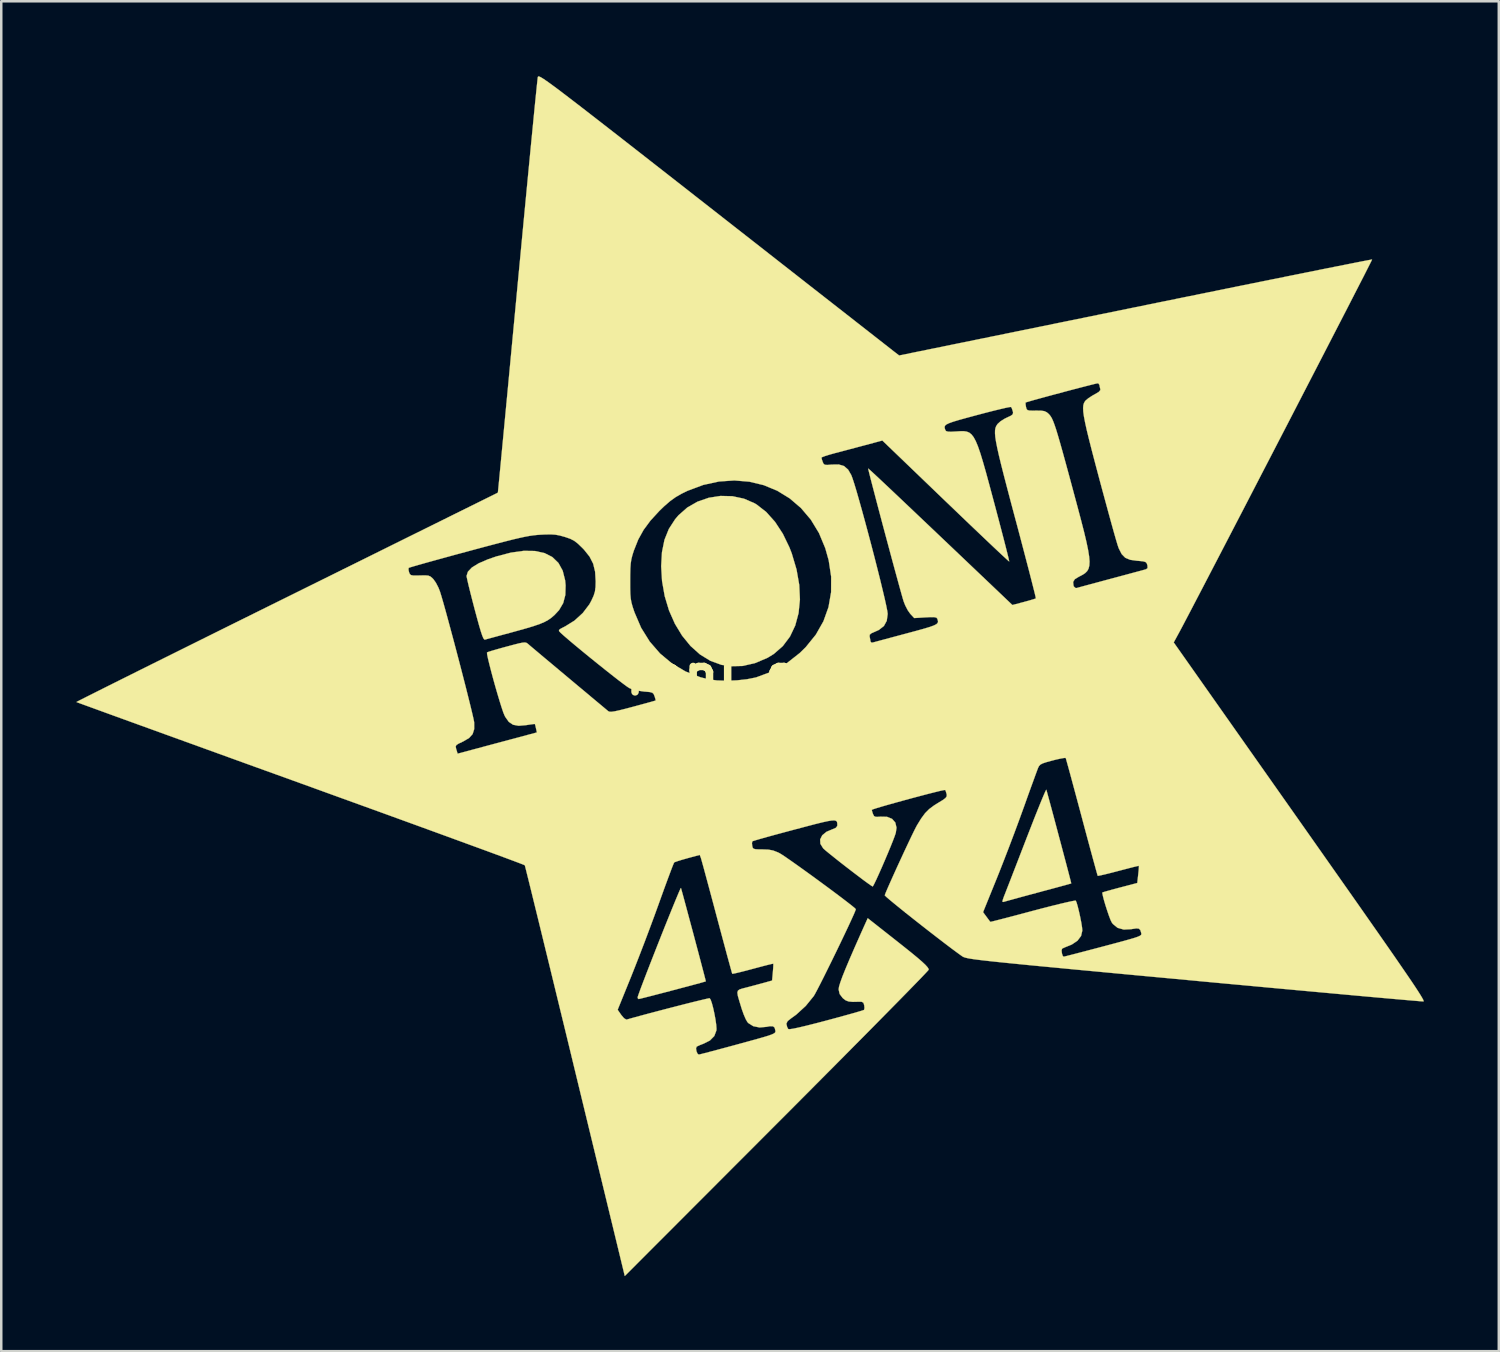
<source format=kicad_pcb>
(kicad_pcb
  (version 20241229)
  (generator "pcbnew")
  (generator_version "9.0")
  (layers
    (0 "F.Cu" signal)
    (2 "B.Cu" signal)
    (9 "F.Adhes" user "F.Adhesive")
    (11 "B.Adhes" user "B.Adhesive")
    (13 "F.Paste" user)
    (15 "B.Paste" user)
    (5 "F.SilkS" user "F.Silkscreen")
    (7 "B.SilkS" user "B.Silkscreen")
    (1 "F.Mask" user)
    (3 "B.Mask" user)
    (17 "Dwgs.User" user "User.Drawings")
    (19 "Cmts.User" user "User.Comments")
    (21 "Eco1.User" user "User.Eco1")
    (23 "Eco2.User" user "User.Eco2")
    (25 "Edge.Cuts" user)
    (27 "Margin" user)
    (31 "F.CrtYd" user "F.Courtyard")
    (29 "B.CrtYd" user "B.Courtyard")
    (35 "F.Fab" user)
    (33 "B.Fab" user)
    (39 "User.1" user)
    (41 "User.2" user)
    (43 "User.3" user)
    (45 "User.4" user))
  (footprint "roni_star"
    (layer "F.Cu")
    (at 26.973 23.91)
    (property "Reference" "roni_star" (at 0 0 0) (layer "F.SilkS") (effects (font (size 1.524 1.524) (thickness 0.3))))
    (attr through_hole)
    (fp_poly (pts (xy -0.754 -7.13) (xy -0.294 -7.032) (xy 0.135 -6.846) (xy 0.217 -6.796) (xy 0.6 -6.497) (xy 0.95 -6.105) (xy 1.261 -5.63) (xy 1.525 -5.084) (xy 1.618 -4.843) (xy 1.809 -4.2) (xy 1.917 -3.584) (xy 1.944 -3.001) (xy 1.89 -2.459) (xy 1.757 -1.964) (xy 1.547 -1.522) (xy 1.261 -1.141) (xy 0.902 -0.827) (xy 0.645 -0.67) (xy 0.144 -0.458) (xy -0.356 -0.346) (xy -0.848 -0.335) (xy -1.191 -0.391) (xy -1.635 -0.552) (xy -2.05 -0.807) (xy -2.428 -1.145) (xy -2.764 -1.557) (xy -3.052 -2.032) (xy -3.286 -2.561) (xy -3.459 -3.134) (xy -3.566 -3.741) (xy -3.601 -4.333) (xy -3.569 -4.896) (xy -3.469 -5.388) (xy -3.294 -5.822) (xy -3.042 -6.212) (xy -2.909 -6.368) (xy -2.556 -6.679) (xy -2.147 -6.913) (xy -1.698 -7.068) (xy -1.228 -7.141) (xy -0.754 -7.13)) (stroke (width 0.01) (type solid)) (fill yes) (layer "F.SilkS"))
    (fp_poly (pts (xy -8.645 -4.941) (xy -8.263 -4.858) (xy -7.95 -4.699) (xy -7.707 -4.464) (xy -7.536 -4.154) (xy -7.439 -3.769) (xy -7.42 -3.569) (xy -7.431 -3.183) (xy -7.516 -2.859) (xy -7.682 -2.577) (xy -7.866 -2.38) (xy -7.986 -2.276) (xy -8.112 -2.187) (xy -8.258 -2.107) (xy -8.439 -2.03) (xy -8.672 -1.949) (xy -8.969 -1.858) (xy -9.347 -1.752) (xy -9.569 -1.691) (xy -9.881 -1.607) (xy -10.161 -1.531) (xy -10.393 -1.468) (xy -10.558 -1.423) (xy -10.639 -1.4) (xy -10.641 -1.399) (xy -10.672 -1.407) (xy -10.707 -1.456) (xy -10.75 -1.557) (xy -10.805 -1.72) (xy -10.875 -1.956) (xy -10.963 -2.275) (xy -11.052 -2.605) (xy -11.143 -2.955) (xy -11.225 -3.276) (xy -11.293 -3.551) (xy -11.343 -3.765) (xy -11.372 -3.903) (xy -11.378 -3.944) (xy -11.324 -4.114) (xy -11.164 -4.282) (xy -10.898 -4.446) (xy -10.527 -4.607) (xy -10.186 -4.724) (xy -9.609 -4.875) (xy -9.095 -4.947) (xy -8.645 -4.941)) (stroke (width 0.01) (type solid)) (fill yes) (layer "F.SilkS"))
    (fp_poly (pts (xy -2.788 8.605) (xy -2.743 8.767) (xy -2.68 9) (xy -2.602 9.289) (xy -2.513 9.621) (xy -2.416 9.982) (xy -2.315 10.357) (xy -2.215 10.734) (xy -2.118 11.099) (xy -2.029 11.436) (xy -1.951 11.734) (xy -1.887 11.977) (xy -1.842 12.152) (xy -1.819 12.245) (xy -1.817 12.257) (xy -1.872 12.274) (xy -2.012 12.314) (xy -2.222 12.371) (xy -2.485 12.442) (xy -2.784 12.521) (xy -3.102 12.605) (xy -3.423 12.69) (xy -3.731 12.77) (xy -4.009 12.842) (xy -4.24 12.901) (xy -4.408 12.943) (xy -4.495 12.963) (xy -4.504 12.965) (xy -4.541 12.924) (xy -4.536 12.872) (xy -4.495 12.752) (xy -4.424 12.556) (xy -4.326 12.297) (xy -4.207 11.986) (xy -4.071 11.635) (xy -3.923 11.256) (xy -3.768 10.861) (xy -3.61 10.461) (xy -3.454 10.069) (xy -3.304 9.697) (xy -3.166 9.356) (xy -3.044 9.058) (xy -2.943 8.815) (xy -2.868 8.639) (xy -2.822 8.541) (xy -2.811 8.526) (xy -2.788 8.605)) (stroke (width 0.01) (type solid)) (fill yes) (layer "F.SilkS"))
    (fp_poly (pts (xy 11.813 4.676) (xy 11.857 4.837) (xy 11.92 5.069) (xy 11.998 5.357) (xy 12.087 5.688) (xy 12.183 6.049) (xy 12.283 6.425) (xy 12.384 6.803) (xy 12.481 7.169) (xy 12.571 7.508) (xy 12.65 7.808) (xy 12.714 8.054) (xy 12.76 8.233) (xy 12.784 8.33) (xy 12.787 8.343) (xy 12.736 8.359) (xy 12.596 8.398) (xy 12.381 8.457) (xy 12.105 8.532) (xy 11.781 8.619) (xy 11.464 8.704) (xy 11.104 8.801) (xy 10.776 8.89) (xy 10.494 8.967) (xy 10.273 9.028) (xy 10.127 9.069) (xy 10.073 9.085) (xy 10.039 9.079) (xy 10.048 9.007) (xy 10.101 8.857) (xy 10.112 8.83) (xy 10.156 8.718) (xy 10.233 8.52) (xy 10.339 8.249) (xy 10.468 7.915) (xy 10.616 7.533) (xy 10.778 7.114) (xy 10.949 6.671) (xy 10.998 6.543) (xy 11.166 6.112) (xy 11.321 5.715) (xy 11.462 5.363) (xy 11.582 5.066) (xy 11.679 4.834) (xy 11.748 4.676) (xy 11.785 4.603) (xy 11.79 4.6) (xy 11.813 4.676)) (stroke (width 0.01) (type solid)) (fill yes) (layer "F.SilkS"))
    (fp_poly (pts (xy -8.455 -23.894) (xy -8.403 -23.868) (xy -8.33 -23.824) (xy -8.234 -23.76) (xy -8.109 -23.673) (xy -7.952 -23.559) (xy -7.76 -23.417) (xy -7.529 -23.242) (xy -7.255 -23.033) (xy -6.934 -22.787) (xy -6.563 -22.5) (xy -6.138 -22.17) (xy -5.655 -21.795) (xy -5.11 -21.37) (xy -4.5 -20.894) (xy -3.822 -20.364) (xy -3.071 -19.777) (xy -2.243 -19.129) (xy -1.455 -18.513) (xy -0.693 -17.916) (xy 0.048 -17.337) (xy 0.763 -16.777) (xy 1.448 -16.241) (xy 2.099 -15.731) (xy 2.712 -15.252) (xy 3.281 -14.807) (xy 3.802 -14.4) (xy 4.271 -14.033) (xy 4.684 -13.71) (xy 5.036 -13.435) (xy 5.322 -13.211) (xy 5.538 -13.042) (xy 5.681 -12.93) (xy 5.745 -12.881) (xy 5.746 -12.88) (xy 5.909 -12.754) (xy 15.348 -14.682) (xy 16.33 -14.883) (xy 17.283 -15.077) (xy 18.203 -15.264) (xy 19.085 -15.444) (xy 19.924 -15.614) (xy 20.714 -15.774) (xy 21.45 -15.923) (xy 22.127 -16.059) (xy 22.74 -16.183) (xy 23.284 -16.292) (xy 23.754 -16.385) (xy 24.144 -16.463) (xy 24.449 -16.523) (xy 24.664 -16.564) (xy 24.784 -16.586) (xy 24.809 -16.589) (xy 24.787 -16.542) (xy 24.719 -16.406) (xy 24.609 -16.189) (xy 24.46 -15.895) (xy 24.274 -15.533) (xy 24.055 -15.107) (xy 23.807 -14.623) (xy 23.531 -14.088) (xy 23.232 -13.508) (xy 22.913 -12.889) (xy 22.576 -12.236) (xy 22.225 -11.557) (xy 21.863 -10.856) (xy 21.494 -10.141) (xy 21.119 -9.417) (xy 20.743 -8.69) (xy 20.368 -7.967) (xy 19.999 -7.253) (xy 19.637 -6.554) (xy 19.286 -5.878) (xy 18.949 -5.229) (xy 18.629 -4.613) (xy 18.33 -4.038) (xy 18.055 -3.509) (xy 17.806 -3.032) (xy 17.587 -2.612) (xy 17.401 -2.257) (xy 17.252 -1.973) (xy 17.141 -1.764) (xy 17.086 -1.662) (xy 16.882 -1.287) (xy 21.928 5.878) (xy 22.588 6.816) (xy 23.189 7.671) (xy 23.734 8.446) (xy 24.226 9.146) (xy 24.666 9.775) (xy 25.058 10.335) (xy 25.403 10.83) (xy 25.705 11.264) (xy 25.965 11.642) (xy 26.187 11.965) (xy 26.373 12.238) (xy 26.525 12.465) (xy 26.645 12.649) (xy 26.737 12.794) (xy 26.803 12.904) (xy 26.845 12.981) (xy 26.866 13.03) (xy 26.868 13.054) (xy 26.861 13.059) (xy 26.797 13.056) (xy 26.634 13.043) (xy 26.375 13.021) (xy 26.028 12.991) (xy 25.597 12.953) (xy 25.089 12.908) (xy 24.507 12.856) (xy 23.859 12.797) (xy 23.149 12.732) (xy 22.382 12.662) (xy 21.565 12.587) (xy 20.703 12.508) (xy 19.801 12.424) (xy 18.864 12.338) (xy 17.899 12.248) (xy 17.68 12.227) (xy 16.534 12.12) (xy 15.489 12.023) (xy 14.54 11.934) (xy 13.682 11.853) (xy 12.91 11.781) (xy 12.221 11.715) (xy 11.608 11.657) (xy 11.067 11.605) (xy 10.594 11.558) (xy 10.184 11.517) (xy 9.831 11.481) (xy 9.532 11.449) (xy 9.282 11.421) (xy 9.075 11.396) (xy 8.907 11.374) (xy 8.774 11.354) (xy 8.67 11.336) (xy 8.592 11.319) (xy 8.533 11.303) (xy 8.49 11.288) (xy 8.457 11.272) (xy 8.43 11.255) (xy 8.419 11.248) (xy 8.24 11.119) (xy 8.01 10.949) (xy 7.742 10.746) (xy 7.446 10.519) (xy 7.133 10.277) (xy 6.814 10.028) (xy 6.5 9.781) (xy 6.202 9.544) (xy 6.137 9.492) (xy 9.263 9.492) (xy 9.403 9.681) (xy 9.489 9.797) (xy 9.543 9.87) (xy 9.551 9.881) (xy 9.602 9.871) (xy 9.743 9.836) (xy 9.962 9.78) (xy 10.248 9.706) (xy 10.588 9.617) (xy 10.97 9.515) (xy 11.243 9.442) (xy 11.648 9.335) (xy 12.021 9.24) (xy 12.349 9.159) (xy 12.619 9.096) (xy 12.82 9.052) (xy 12.939 9.032) (xy 12.967 9.033) (xy 13.001 9.109) (xy 13.045 9.262) (xy 13.095 9.464) (xy 13.145 9.689) (xy 13.188 9.91) (xy 13.218 10.099) (xy 13.229 10.228) (xy 13.229 10.229) (xy 13.179 10.444) (xy 13.035 10.634) (xy 12.812 10.784) (xy 12.712 10.826) (xy 12.559 10.887) (xy 12.448 10.937) (xy 12.419 10.955) (xy 12.401 11.023) (xy 12.413 11.132) (xy 12.443 11.232) (xy 12.481 11.273) (xy 12.539 11.26) (xy 12.686 11.223) (xy 12.91 11.166) (xy 13.197 11.091) (xy 13.536 11.002) (xy 13.913 10.903) (xy 14.064 10.863) (xy 14.503 10.746) (xy 14.849 10.653) (xy 15.114 10.579) (xy 15.308 10.522) (xy 15.443 10.476) (xy 15.527 10.439) (xy 15.572 10.406) (xy 15.589 10.375) (xy 15.587 10.34) (xy 15.582 10.319) (xy 15.546 10.207) (xy 15.49 10.151) (xy 15.388 10.141) (xy 15.211 10.167) (xy 15.187 10.172) (xy 14.886 10.188) (xy 14.638 10.118) (xy 14.449 9.963) (xy 14.401 9.895) (xy 14.353 9.793) (xy 14.291 9.629) (xy 14.222 9.427) (xy 14.153 9.212) (xy 14.093 9.008) (xy 14.05 8.84) (xy 14.029 8.732) (xy 14.032 8.706) (xy 14.087 8.687) (xy 14.225 8.647) (xy 14.426 8.591) (xy 14.672 8.525) (xy 14.737 8.508) (xy 15.425 8.327) (xy 15.463 7.989) (xy 15.481 7.814) (xy 15.49 7.688) (xy 15.489 7.64) (xy 15.437 7.65) (xy 15.3 7.682) (xy 15.096 7.734) (xy 14.843 7.8) (xy 14.671 7.845) (xy 14.395 7.917) (xy 14.158 7.976) (xy 13.976 8.018) (xy 13.868 8.039) (xy 13.845 8.039) (xy 13.828 7.985) (xy 13.787 7.839) (xy 13.724 7.611) (xy 13.642 7.312) (xy 13.544 6.951) (xy 13.433 6.54) (xy 13.312 6.088) (xy 13.206 5.689) (xy 13.078 5.211) (xy 12.958 4.764) (xy 12.849 4.36) (xy 12.754 4.007) (xy 12.675 3.718) (xy 12.615 3.502) (xy 12.578 3.369) (xy 12.565 3.33) (xy 12.509 3.329) (xy 12.374 3.352) (xy 12.182 3.394) (xy 12.038 3.431) (xy 11.802 3.495) (xy 11.648 3.546) (xy 11.554 3.595) (xy 11.499 3.653) (xy 11.462 3.726) (xy 11.427 3.817) (xy 11.362 3.994) (xy 11.272 4.241) (xy 11.161 4.545) (xy 11.036 4.892) (xy 10.902 5.268) (xy 10.874 5.345) (xy 10.704 5.813) (xy 10.51 6.336) (xy 10.304 6.881) (xy 10.099 7.412) (xy 9.909 7.897) (xy 9.809 8.146) (xy 9.263 9.492) (xy 6.137 9.492) (xy 5.931 9.327) (xy 5.698 9.137) (xy 5.514 8.984) (xy 5.389 8.876) (xy 5.336 8.822) (xy 5.334 8.818) (xy 5.369 8.724) (xy 5.442 8.551) (xy 5.546 8.315) (xy 5.673 8.031) (xy 5.815 7.717) (xy 5.967 7.387) (xy 6.119 7.059) (xy 6.265 6.748) (xy 6.397 6.47) (xy 6.508 6.242) (xy 6.591 6.079) (xy 6.621 6.023) (xy 6.792 5.745) (xy 6.946 5.537) (xy 7.109 5.373) (xy 7.306 5.226) (xy 7.47 5.124) (xy 7.653 5.012) (xy 7.76 4.933) (xy 7.807 4.87) (xy 7.812 4.804) (xy 7.805 4.768) (xy 7.772 4.658) (xy 7.749 4.609) (xy 7.693 4.615) (xy 7.551 4.645) (xy 7.339 4.697) (xy 7.073 4.764) (xy 6.769 4.844) (xy 6.441 4.931) (xy 6.106 5.022) (xy 5.779 5.112) (xy 5.476 5.197) (xy 5.212 5.273) (xy 5.004 5.336) (xy 4.866 5.381) (xy 4.815 5.404) (xy 4.815 5.404) (xy 4.833 5.479) (xy 4.865 5.573) (xy 4.906 5.652) (xy 4.972 5.684) (xy 5.096 5.682) (xy 5.155 5.676) (xy 5.424 5.682) (xy 5.627 5.764) (xy 5.756 5.911) (xy 5.804 6.116) (xy 5.775 6.323) (xy 5.733 6.448) (xy 5.661 6.638) (xy 5.566 6.875) (xy 5.455 7.143) (xy 5.335 7.426) (xy 5.215 7.704) (xy 5.1 7.963) (xy 4.999 8.185) (xy 4.918 8.353) (xy 4.866 8.45) (xy 4.851 8.466) (xy 4.797 8.435) (xy 4.674 8.349) (xy 4.497 8.22) (xy 4.281 8.057) (xy 4.04 7.874) (xy 3.788 7.68) (xy 3.54 7.487) (xy 3.311 7.305) (xy 3.114 7.147) (xy 2.965 7.024) (xy 2.877 6.945) (xy 2.871 6.938) (xy 2.762 6.762) (xy 2.752 6.586) (xy 2.835 6.421) (xy 3.006 6.28) (xy 3.235 6.183) (xy 3.377 6.124) (xy 3.434 6.05) (xy 3.439 6.011) (xy 3.436 5.937) (xy 3.424 5.881) (xy 3.391 5.844) (xy 3.327 5.826) (xy 3.222 5.828) (xy 3.066 5.853) (xy 2.849 5.9) (xy 2.561 5.971) (xy 2.191 6.068) (xy 1.729 6.19) (xy 1.714 6.194) (xy 1.315 6.301) (xy 0.948 6.4) (xy 0.628 6.488) (xy 0.365 6.562) (xy 0.173 6.618) (xy 0.064 6.653) (xy 0.044 6.661) (xy 0.027 6.732) (xy 0.037 6.839) (xy 0.056 6.915) (xy 0.095 6.958) (xy 0.176 6.978) (xy 0.325 6.985) (xy 0.449 6.985) (xy 0.689 6.994) (xy 0.876 7.029) (xy 1.059 7.101) (xy 1.122 7.131) (xy 1.22 7.19) (xy 1.383 7.299) (xy 1.601 7.45) (xy 1.861 7.634) (xy 2.151 7.842) (xy 2.46 8.065) (xy 2.775 8.296) (xy 3.085 8.524) (xy 3.379 8.743) (xy 3.643 8.942) (xy 3.867 9.114) (xy 4.039 9.249) (xy 4.146 9.339) (xy 4.178 9.374) (xy 4.157 9.439) (xy 4.095 9.586) (xy 3.998 9.8) (xy 3.873 10.07) (xy 3.726 10.381) (xy 3.564 10.72) (xy 3.393 11.074) (xy 3.22 11.429) (xy 3.05 11.773) (xy 2.892 12.092) (xy 2.75 12.373) (xy 2.631 12.603) (xy 2.543 12.767) (xy 2.496 12.846) (xy 2.177 13.239) (xy 1.793 13.59) (xy 1.593 13.734) (xy 1.453 13.845) (xy 1.402 13.95) (xy 1.433 14.08) (xy 1.475 14.162) (xy 1.529 14.17) (xy 1.669 14.15) (xy 1.899 14.102) (xy 2.222 14.025) (xy 2.641 13.919) (xy 2.99 13.827) (xy 3.37 13.725) (xy 3.716 13.63) (xy 4.015 13.547) (xy 4.255 13.478) (xy 4.422 13.428) (xy 4.502 13.4) (xy 4.507 13.397) (xy 4.524 13.324) (xy 4.513 13.212) (xy 4.481 13.113) (xy 4.414 13.074) (xy 4.293 13.072) (xy 4.055 13.077) (xy 3.893 13.062) (xy 3.776 13.019) (xy 3.674 12.942) (xy 3.647 12.916) (xy 3.531 12.762) (xy 3.493 12.592) (xy 3.493 12.565) (xy 3.508 12.464) (xy 3.558 12.3) (xy 3.642 12.067) (xy 3.764 11.762) (xy 3.925 11.379) (xy 4.127 10.913) (xy 4.373 10.358) (xy 4.492 10.092) (xy 4.654 9.734) (xy 5.674 10.537) (xy 6.071 10.851) (xy 6.391 11.107) (xy 6.641 11.313) (xy 6.827 11.474) (xy 6.959 11.598) (xy 7.041 11.689) (xy 7.083 11.755) (xy 7.091 11.791) (xy 7.054 11.836) (xy 6.946 11.952) (xy 6.772 12.135) (xy 6.534 12.38) (xy 6.237 12.685) (xy 5.885 13.044) (xy 5.481 13.454) (xy 5.031 13.911) (xy 4.537 14.411) (xy 4.003 14.949) (xy 3.434 15.523) (xy 2.833 16.127) (xy 2.205 16.759) (xy 1.553 17.413) (xy 1.018 17.949) (xy -5.055 24.032) (xy -7.039 15.849) (xy -7.259 14.939) (xy -7.473 14.057) (xy -7.635 13.393) (xy -5.34 13.393) (xy -5.197 13.599) (xy -5.087 13.729) (xy -4.996 13.784) (xy -4.974 13.783) (xy -4.73 13.714) (xy -4.433 13.633) (xy -4.096 13.542) (xy -3.734 13.447) (xy -3.361 13.349) (xy -2.992 13.254) (xy -2.641 13.164) (xy -2.323 13.084) (xy -2.052 13.018) (xy -1.842 12.968) (xy -1.707 12.938) (xy -1.663 12.932) (xy -1.622 12.994) (xy -1.573 13.135) (xy -1.521 13.331) (xy -1.472 13.557) (xy -1.43 13.786) (xy -1.401 13.995) (xy -1.39 14.157) (xy -1.394 14.219) (xy -1.478 14.443) (xy -1.652 14.62) (xy -1.9 14.745) (xy -2.051 14.804) (xy -2.159 14.854) (xy -2.186 14.871) (xy -2.208 14.944) (xy -2.19 15.053) (xy -2.147 15.149) (xy -2.098 15.184) (xy -2.033 15.17) (xy -1.88 15.131) (xy -1.65 15.071) (xy -1.359 14.994) (xy -1.019 14.903) (xy -0.642 14.801) (xy -0.529 14.77) (xy -0.098 14.652) (xy 0.243 14.558) (xy 0.502 14.484) (xy 0.692 14.426) (xy 0.822 14.379) (xy 0.903 14.341) (xy 0.947 14.308) (xy 0.964 14.274) (xy 0.965 14.238) (xy 0.964 14.232) (xy 0.934 14.109) (xy 0.866 14.052) (xy 0.738 14.051) (xy 0.613 14.075) (xy 0.33 14.1) (xy 0.08 14.049) (xy -0.115 13.927) (xy -0.157 13.881) (xy -0.223 13.765) (xy -0.302 13.582) (xy -0.379 13.366) (xy -0.395 13.314) (xy -0.48 13.034) (xy -0.536 12.839) (xy -0.555 12.71) (xy -0.534 12.63) (xy -0.466 12.58) (xy -0.346 12.542) (xy -0.169 12.497) (xy -0.15 12.492) (xy 0.095 12.427) (xy 0.34 12.361) (xy 0.537 12.308) (xy 0.561 12.301) (xy 0.832 12.225) (xy 0.862 11.894) (xy 0.876 11.721) (xy 0.882 11.596) (xy 0.879 11.551) (xy 0.827 11.56) (xy 0.69 11.592) (xy 0.486 11.644) (xy 0.233 11.711) (xy 0.062 11.757) (xy -0.213 11.83) (xy -0.45 11.89) (xy -0.631 11.933) (xy -0.738 11.954) (xy -0.76 11.954) (xy -0.777 11.9) (xy -0.818 11.754) (xy -0.88 11.527) (xy -0.962 11.229) (xy -1.058 10.87) (xy -1.168 10.462) (xy -1.288 10.013) (xy -1.376 9.684) (xy -1.502 9.21) (xy -1.621 8.765) (xy -1.73 8.36) (xy -1.826 8.005) (xy -1.905 7.712) (xy -1.966 7.493) (xy -2.004 7.357) (xy -2.016 7.319) (xy -2.059 7.203) (xy -2.551 7.337) (xy -2.767 7.398) (xy -2.943 7.453) (xy -3.055 7.493) (xy -3.082 7.507) (xy -3.108 7.564) (xy -3.166 7.709) (xy -3.249 7.929) (xy -3.355 8.213) (xy -3.478 8.548) (xy -3.613 8.922) (xy -3.697 9.156) (xy -3.87 9.633) (xy -4.063 10.153) (xy -4.264 10.688) (xy -4.464 11.208) (xy -4.65 11.685) (xy -4.807 12.081) (xy -5.34 13.393) (xy -7.635 13.393) (xy -7.68 13.208) (xy -7.877 12.398) (xy -8.063 11.633) (xy -8.238 10.917) (xy -8.399 10.256) (xy -8.546 9.656) (xy -8.677 9.123) (xy -8.79 8.661) (xy -8.885 8.277) (xy -8.96 7.975) (xy -9.013 7.762) (xy -9.044 7.642) (xy -9.051 7.617) (xy -9.103 7.595) (xy -9.25 7.538) (xy -9.486 7.449) (xy -9.807 7.329) (xy -10.207 7.181) (xy -10.682 7.006) (xy -11.227 6.807) (xy -11.836 6.584) (xy -12.504 6.34) (xy -13.228 6.076) (xy -14.001 5.795) (xy -14.818 5.498) (xy -15.675 5.188) (xy -16.567 4.865) (xy -17.488 4.531) (xy -18.016 4.34) (xy -18.951 4.002) (xy -19.86 3.674) (xy -20.736 3.357) (xy -21.576 3.053) (xy -22.374 2.764) (xy -23.125 2.493) (xy -23.824 2.239) (xy -24.466 2.007) (xy -25.047 1.796) (xy -25.56 1.61) (xy -26.002 1.449) (xy -26.367 1.316) (xy -26.65 1.213) (xy -26.847 1.141) (xy -26.952 1.102) (xy -26.968 1.095) (xy -26.924 1.07) (xy -26.789 1.001) (xy -26.568 0.889) (xy -26.267 0.738) (xy -25.891 0.549) (xy -25.443 0.325) (xy -24.928 0.068) (xy -24.353 -0.219) (xy -23.72 -0.534) (xy -23.035 -0.874) (xy -22.303 -1.238) (xy -21.528 -1.623) (xy -20.716 -2.026) (xy -19.87 -2.445) (xy -18.996 -2.878) (xy -18.559 -3.094) (xy -17.673 -3.533) (xy -16.812 -3.959) (xy -16.334 -4.196) (xy -13.7 -4.196) (xy -13.676 -4.091) (xy -13.645 -4.019) (xy -13.598 -3.978) (xy -13.511 -3.961) (xy -13.357 -3.96) (xy -13.241 -3.963) (xy -13.038 -3.967) (xy -12.91 -3.957) (xy -12.822 -3.922) (xy -12.743 -3.855) (xy -12.702 -3.812) (xy -12.602 -3.671) (xy -12.502 -3.477) (xy -12.44 -3.319) (xy -12.385 -3.14) (xy -12.31 -2.883) (xy -12.219 -2.559) (xy -12.116 -2.181) (xy -12.003 -1.762) (xy -11.883 -1.316) (xy -11.761 -0.853) (xy -11.639 -0.388) (xy -11.521 0.068) (xy -11.41 0.501) (xy -11.31 0.9) (xy -11.223 1.25) (xy -11.153 1.54) (xy -11.103 1.757) (xy -11.077 1.888) (xy -11.074 1.908) (xy -11.073 2.176) (xy -11.136 2.376) (xy -11.276 2.532) (xy -11.508 2.668) (xy -11.529 2.678) (xy -11.695 2.756) (xy -11.784 2.813) (xy -11.812 2.87) (xy -11.799 2.948) (xy -11.787 2.99) (xy -11.735 3.159) (xy -11.172 3.008) (xy -10.935 2.945) (xy -10.625 2.861) (xy -10.27 2.766) (xy -9.899 2.667) (xy -9.589 2.584) (xy -8.568 2.31) (xy -8.603 2.147) (xy -8.63 2.031) (xy -8.647 1.974) (xy -8.647 1.973) (xy -8.7 1.975) (xy -8.829 1.992) (xy -9.003 2.019) (xy -9.296 2.044) (xy -9.519 2.003) (xy -9.691 1.887) (xy -9.832 1.688) (xy -9.865 1.622) (xy -9.914 1.5) (xy -9.979 1.306) (xy -10.057 1.057) (xy -10.143 0.77) (xy -10.232 0.462) (xy -10.319 0.149) (xy -10.399 -0.151) (xy -10.468 -0.421) (xy -10.522 -0.644) (xy -10.555 -0.804) (xy -10.562 -0.883) (xy -10.56 -0.887) (xy -10.501 -0.911) (xy -10.359 -0.956) (xy -10.152 -1.016) (xy -9.899 -1.087) (xy -9.78 -1.119) (xy -9.488 -1.197) (xy -9.28 -1.25) (xy -9.14 -1.278) (xy -9.048 -1.285) (xy -8.988 -1.273) (xy -8.942 -1.244) (xy -8.919 -1.225) (xy -8.855 -1.169) (xy -8.719 -1.054) (xy -8.521 -0.888) (xy -8.272 -0.678) (xy -7.98 -0.434) (xy -7.657 -0.163) (xy -7.31 0.127) (xy -7.303 0.133) (xy -6.958 0.422) (xy -6.636 0.69) (xy -6.348 0.932) (xy -6.102 1.137) (xy -5.908 1.299) (xy -5.776 1.41) (xy -5.715 1.461) (xy -5.714 1.461) (xy -5.668 1.482) (xy -5.589 1.485) (xy -5.463 1.467) (xy -5.274 1.426) (xy -5.01 1.36) (xy -4.735 1.287) (xy -4.444 1.208) (xy -4.19 1.139) (xy -3.991 1.084) (xy -3.863 1.047) (xy -3.823 1.034) (xy -3.829 0.982) (xy -3.862 0.871) (xy -3.866 0.861) (xy -3.902 0.775) (xy -3.954 0.724) (xy -4.049 0.697) (xy -4.215 0.681) (xy -4.276 0.677) (xy -4.572 0.635) (xy -4.831 0.556) (xy -4.873 0.537) (xy -4.959 0.482) (xy -5.114 0.368) (xy -5.325 0.208) (xy -5.579 0.01) (xy -5.863 -0.215) (xy -6.164 -0.456) (xy -6.47 -0.703) (xy -6.767 -0.947) (xy -7.044 -1.176) (xy -7.288 -1.381) (xy -7.485 -1.551) (xy -7.623 -1.676) (xy -7.637 -1.69) (xy -7.684 -1.743) (xy -7.682 -1.787) (xy -7.615 -1.837) (xy -7.47 -1.912) (xy -7.439 -1.927) (xy -7.064 -2.16) (xy -6.733 -2.463) (xy -6.47 -2.809) (xy -6.392 -2.952) (xy -6.3 -3.152) (xy -6.248 -3.318) (xy -6.224 -3.498) (xy -6.218 -3.728) (xy -6.22 -3.757) (xy -4.839 -3.757) (xy -4.839 -3.45) (xy -4.833 -3.221) (xy -4.818 -3.043) (xy -4.79 -2.887) (xy -4.746 -2.725) (xy -4.681 -2.53) (xy -4.666 -2.487) (xy -4.401 -1.87) (xy -4.058 -1.32) (xy -3.644 -0.843) (xy -3.165 -0.443) (xy -2.625 -0.125) (xy -2.032 0.105) (xy -1.701 0.188) (xy -1.373 0.232) (xy -0.983 0.245) (xy -0.569 0.228) (xy -0.17 0.184) (xy 0.175 0.115) (xy 0.203 0.107) (xy 0.829 -0.125) (xy 1.412 -0.451) (xy 1.942 -0.868) (xy 2.178 -1.1) (xy 2.58 -1.597) (xy 2.883 -2.131) (xy 3.086 -2.698) (xy 3.19 -3.294) (xy 3.192 -3.919) (xy 3.094 -4.567) (xy 2.957 -5.054) (xy 2.705 -5.659) (xy 2.38 -6.194) (xy 1.988 -6.656) (xy 1.539 -7.041) (xy 1.04 -7.348) (xy 0.499 -7.572) (xy -0.074 -7.71) (xy -0.674 -7.76) (xy -1.29 -7.718) (xy -1.916 -7.582) (xy -2.543 -7.348) (xy -2.776 -7.235) (xy -3.019 -7.096) (xy -3.246 -6.933) (xy -3.486 -6.724) (xy -3.679 -6.537) (xy -4.03 -6.155) (xy -4.303 -5.786) (xy -4.517 -5.4) (xy -4.689 -4.967) (xy -4.696 -4.948) (xy -4.753 -4.767) (xy -4.793 -4.607) (xy -4.818 -4.441) (xy -4.832 -4.242) (xy -4.838 -3.984) (xy -4.839 -3.757) (xy -6.22 -3.757) (xy -6.241 -4.114) (xy -6.318 -4.433) (xy -6.462 -4.716) (xy -6.684 -4.994) (xy -6.75 -5.062) (xy -6.928 -5.234) (xy -7.075 -5.348) (xy -7.231 -5.428) (xy -7.432 -5.498) (xy -7.459 -5.506) (xy -7.657 -5.561) (xy -7.831 -5.593) (xy -8.019 -5.605) (xy -8.256 -5.6) (xy -8.407 -5.593) (xy -8.551 -5.583) (xy -8.696 -5.568) (xy -8.852 -5.546) (xy -9.032 -5.513) (xy -9.245 -5.467) (xy -9.503 -5.407) (xy -9.816 -5.328) (xy -10.197 -5.229) (xy -10.656 -5.108) (xy -11.203 -4.961) (xy -11.313 -4.931) (xy -11.793 -4.802) (xy -12.241 -4.679) (xy -12.648 -4.567) (xy -13.002 -4.469) (xy -13.294 -4.386) (xy -13.513 -4.323) (xy -13.648 -4.282) (xy -13.691 -4.266) (xy -13.7 -4.196) (xy -16.334 -4.196) (xy -15.982 -4.37) (xy -15.187 -4.764) (xy -14.433 -5.138) (xy -13.723 -5.49) (xy -13.062 -5.817) (xy -12.456 -6.117) (xy -11.91 -6.388) (xy -11.427 -6.627) (xy -11.013 -6.832) (xy -10.672 -7.001) (xy -10.409 -7.131) (xy -10.23 -7.22) (xy -10.138 -7.266) (xy -10.127 -7.271) (xy -10.121 -7.324) (xy -10.106 -7.476) (xy -10.082 -7.722) (xy -10.05 -8.056) (xy -10.01 -8.473) (xy -9.991 -8.672) (xy 2.805 -8.672) (xy 2.822 -8.597) (xy 2.856 -8.497) (xy 2.891 -8.422) (xy 2.944 -8.386) (xy 3.042 -8.379) (xy 3.216 -8.394) (xy 3.216 -8.394) (xy 3.497 -8.398) (xy 3.707 -8.335) (xy 3.869 -8.194) (xy 3.997 -7.973) (xy 4.047 -7.839) (xy 4.119 -7.618) (xy 4.208 -7.323) (xy 4.31 -6.967) (xy 4.424 -6.561) (xy 4.545 -6.119) (xy 4.67 -5.653) (xy 4.797 -5.175) (xy 4.921 -4.698) (xy 5.039 -4.234) (xy 5.149 -3.796) (xy 5.246 -3.396) (xy 5.329 -3.047) (xy 5.392 -2.762) (xy 5.434 -2.551) (xy 5.45 -2.43) (xy 5.45 -2.423) (xy 5.414 -2.151) (xy 5.3 -1.943) (xy 5.099 -1.786) (xy 4.942 -1.715) (xy 4.797 -1.651) (xy 4.733 -1.594) (xy 4.729 -1.523) (xy 4.731 -1.513) (xy 4.756 -1.388) (xy 4.762 -1.33) (xy 4.802 -1.28) (xy 4.855 -1.283) (xy 4.93 -1.303) (xy 5.093 -1.347) (xy 5.327 -1.41) (xy 5.618 -1.488) (xy 5.95 -1.577) (xy 6.204 -1.645) (xy 6.605 -1.753) (xy 6.914 -1.839) (xy 7.142 -1.908) (xy 7.3 -1.966) (xy 7.399 -2.017) (xy 7.45 -2.068) (xy 7.463 -2.123) (xy 7.45 -2.187) (xy 7.431 -2.239) (xy 7.397 -2.277) (xy 7.316 -2.296) (xy 7.17 -2.299) (xy 6.957 -2.288) (xy 6.512 -2.261) (xy 6.355 -2.428) (xy 6.254 -2.571) (xy 6.152 -2.768) (xy 6.09 -2.925) (xy 6.055 -3.04) (xy 5.999 -3.238) (xy 5.924 -3.507) (xy 5.834 -3.836) (xy 5.731 -4.212) (xy 5.619 -4.625) (xy 5.502 -5.062) (xy 5.381 -5.512) (xy 5.26 -5.964) (xy 5.143 -6.405) (xy 5.032 -6.825) (xy 4.931 -7.211) (xy 4.842 -7.552) (xy 4.768 -7.837) (xy 4.714 -8.053) (xy 4.681 -8.19) (xy 4.672 -8.235) (xy 4.696 -8.218) (xy 4.764 -8.158) (xy 4.878 -8.053) (xy 5.042 -7.901) (xy 5.257 -7.699) (xy 5.527 -7.445) (xy 5.853 -7.137) (xy 6.239 -6.771) (xy 6.687 -6.346) (xy 7.2 -5.859) (xy 7.78 -5.308) (xy 8.43 -4.69) (xy 9.153 -4.002) (xy 9.597 -3.58) (xy 10.435 -2.782) (xy 10.893 -2.903) (xy 11.098 -2.959) (xy 11.261 -3.007) (xy 11.357 -3.039) (xy 11.372 -3.047) (xy 11.363 -3.1) (xy 11.329 -3.248) (xy 11.271 -3.479) (xy 11.193 -3.786) (xy 11.097 -4.16) (xy 10.984 -4.592) (xy 10.858 -5.073) (xy 10.721 -5.594) (xy 10.574 -6.147) (xy 10.565 -6.178) (xy 10.381 -6.869) (xy 10.224 -7.466) (xy 10.091 -7.977) (xy 9.982 -8.408) (xy 9.895 -8.767) (xy 9.829 -9.063) (xy 9.782 -9.303) (xy 9.752 -9.494) (xy 9.74 -9.644) (xy 9.742 -9.761) (xy 9.757 -9.853) (xy 9.785 -9.927) (xy 9.824 -9.99) (xy 9.847 -10.021) (xy 9.96 -10.123) (xy 10.126 -10.228) (xy 10.221 -10.274) (xy 10.372 -10.345) (xy 10.446 -10.402) (xy 10.462 -10.467) (xy 10.451 -10.525) (xy 10.413 -10.64) (xy 10.381 -10.696) (xy 10.322 -10.692) (xy 10.175 -10.663) (xy 9.955 -10.612) (xy 9.674 -10.544) (xy 9.346 -10.46) (xy 9.036 -10.378) (xy 8.627 -10.268) (xy 8.309 -10.18) (xy 8.073 -10.109) (xy 7.907 -10.05) (xy 7.8 -9.999) (xy 7.743 -9.949) (xy 7.725 -9.895) (xy 7.734 -9.834) (xy 7.757 -9.77) (xy 7.79 -9.731) (xy 7.865 -9.71) (xy 8.004 -9.707) (xy 8.22 -9.719) (xy 8.369 -9.728) (xy 8.498 -9.728) (xy 8.611 -9.711) (xy 8.711 -9.671) (xy 8.801 -9.599) (xy 8.887 -9.488) (xy 8.972 -9.33) (xy 9.06 -9.118) (xy 9.155 -8.844) (xy 9.259 -8.501) (xy 9.379 -8.081) (xy 9.516 -7.576) (xy 9.676 -6.979) (xy 9.736 -6.755) (xy 9.859 -6.29) (xy 9.973 -5.856) (xy 10.075 -5.466) (xy 10.161 -5.13) (xy 10.23 -4.857) (xy 10.279 -4.658) (xy 10.304 -4.545) (xy 10.307 -4.522) (xy 10.267 -4.554) (xy 10.157 -4.654) (xy 9.983 -4.815) (xy 9.752 -5.032) (xy 9.47 -5.299) (xy 9.144 -5.609) (xy 8.779 -5.956) (xy 8.383 -6.335) (xy 7.961 -6.74) (xy 7.763 -6.929) (xy 5.238 -9.356) (xy 4.564 -9.175) (xy 4.244 -9.09) (xy 3.898 -8.998) (xy 3.571 -8.911) (xy 3.347 -8.853) (xy 3.125 -8.791) (xy 2.947 -8.735) (xy 2.834 -8.692) (xy 2.805 -8.672) (xy -9.991 -8.672) (xy -9.963 -8.968) (xy -9.909 -9.534) (xy -9.849 -10.165) (xy -9.787 -10.815) (xy 10.959 -10.815) (xy 10.978 -10.7) (xy 11 -10.618) (xy 11.039 -10.572) (xy 11.119 -10.552) (xy 11.267 -10.549) (xy 11.375 -10.551) (xy 11.579 -10.549) (xy 11.711 -10.53) (xy 11.806 -10.486) (xy 11.875 -10.429) (xy 11.922 -10.38) (xy 11.967 -10.32) (xy 12.013 -10.242) (xy 12.061 -10.136) (xy 12.115 -9.994) (xy 12.178 -9.808) (xy 12.251 -9.569) (xy 12.338 -9.27) (xy 12.442 -8.901) (xy 12.565 -8.454) (xy 12.71 -7.921) (xy 12.864 -7.349) (xy 13.037 -6.705) (xy 13.183 -6.154) (xy 13.302 -5.69) (xy 13.394 -5.302) (xy 13.46 -4.983) (xy 13.501 -4.726) (xy 13.518 -4.52) (xy 13.509 -4.359) (xy 13.478 -4.234) (xy 13.423 -4.137) (xy 13.345 -4.059) (xy 13.246 -3.993) (xy 13.125 -3.929) (xy 13.09 -3.912) (xy 12.929 -3.813) (xy 12.862 -3.705) (xy 12.876 -3.565) (xy 12.891 -3.522) (xy 12.961 -3.461) (xy 13.011 -3.463) (xy 13.084 -3.484) (xy 13.244 -3.528) (xy 13.478 -3.591) (xy 13.769 -3.669) (xy 14.102 -3.759) (xy 14.393 -3.837) (xy 14.751 -3.933) (xy 15.078 -4.021) (xy 15.359 -4.097) (xy 15.58 -4.156) (xy 15.725 -4.196) (xy 15.777 -4.211) (xy 15.836 -4.257) (xy 15.832 -4.361) (xy 15.827 -4.381) (xy 15.8 -4.456) (xy 15.751 -4.502) (xy 15.657 -4.528) (xy 15.49 -4.545) (xy 15.412 -4.551) (xy 15.14 -4.589) (xy 14.945 -4.671) (xy 14.803 -4.816) (xy 14.688 -5.041) (xy 14.665 -5.102) (xy 14.631 -5.207) (xy 14.573 -5.403) (xy 14.494 -5.679) (xy 14.398 -6.023) (xy 14.288 -6.423) (xy 14.167 -6.868) (xy 14.037 -7.347) (xy 13.914 -7.805) (xy 13.748 -8.43) (xy 13.609 -8.961) (xy 13.496 -9.407) (xy 13.406 -9.776) (xy 13.34 -10.077) (xy 13.294 -10.318) (xy 13.268 -10.508) (xy 13.261 -10.654) (xy 13.27 -10.766) (xy 13.295 -10.851) (xy 13.333 -10.919) (xy 13.361 -10.954) (xy 13.471 -11.046) (xy 13.631 -11.15) (xy 13.723 -11.201) (xy 13.882 -11.294) (xy 13.949 -11.37) (xy 13.948 -11.411) (xy 13.92 -11.53) (xy 13.917 -11.567) (xy 13.875 -11.634) (xy 13.84 -11.642) (xy 13.773 -11.629) (xy 13.622 -11.592) (xy 13.402 -11.536) (xy 13.129 -11.466) (xy 12.82 -11.385) (xy 12.491 -11.298) (xy 12.158 -11.209) (xy 11.836 -11.122) (xy 11.542 -11.042) (xy 11.292 -10.973) (xy 11.102 -10.918) (xy 10.988 -10.884) (xy 10.962 -10.873) (xy 10.959 -10.815) (xy -9.787 -10.815) (xy -9.783 -10.857) (xy -9.712 -11.604) (xy -9.637 -12.399) (xy -9.558 -13.238) (xy -9.475 -14.114) (xy -9.389 -15.022) (xy -9.344 -15.505) (xy -9.256 -16.43) (xy -9.171 -17.327) (xy -9.089 -18.192) (xy -9.01 -19.017) (xy -8.935 -19.798) (xy -8.865 -20.528) (xy -8.8 -21.202) (xy -8.74 -21.813) (xy -8.687 -22.357) (xy -8.641 -22.827) (xy -8.601 -23.218) (xy -8.57 -23.523) (xy -8.547 -23.738) (xy -8.534 -23.856) (xy -8.53 -23.877) (xy -8.524 -23.893) (xy -8.511 -23.904) (xy -8.49 -23.905) (xy -8.455 -23.894)) (stroke (width 0.01) (type solid)) (fill yes) (layer "F.SilkS")))
  (gr_rect
    (start -3 -3)
    (end 56.846 50.947)
    (stroke (width 0.1) (type default))
    (fill no)
    (layer "Edge.Cuts")))
</source>
